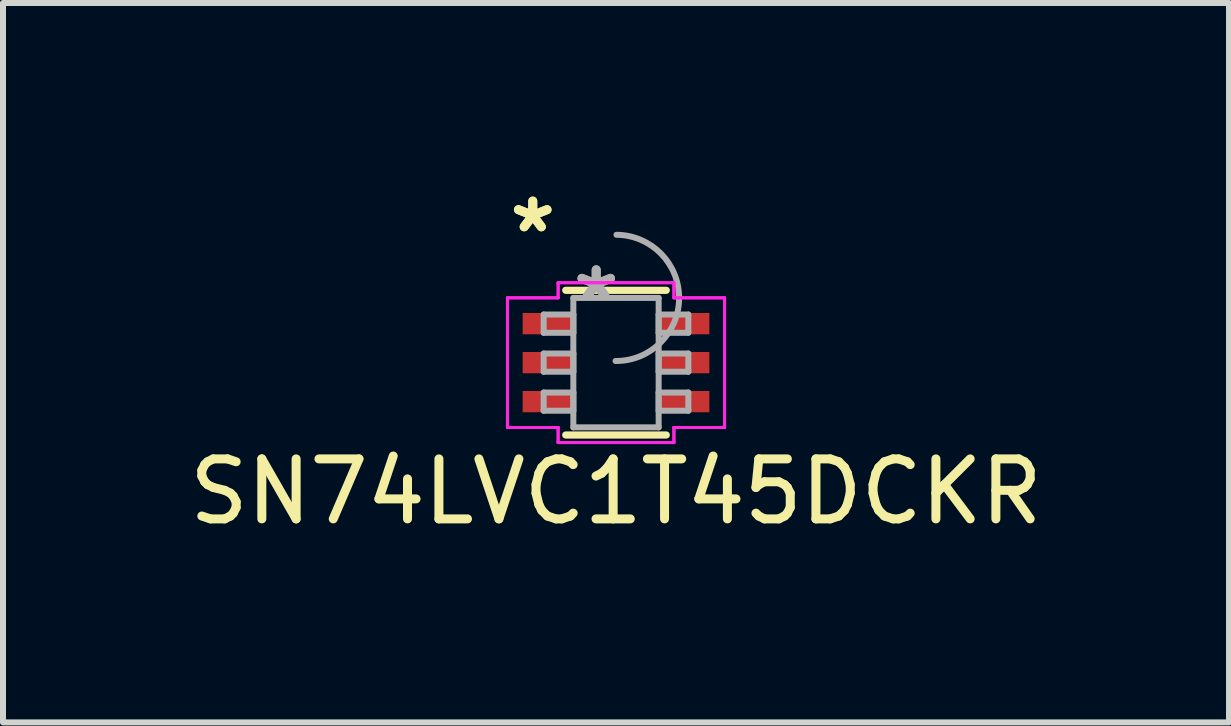
<source format=kicad_pcb>
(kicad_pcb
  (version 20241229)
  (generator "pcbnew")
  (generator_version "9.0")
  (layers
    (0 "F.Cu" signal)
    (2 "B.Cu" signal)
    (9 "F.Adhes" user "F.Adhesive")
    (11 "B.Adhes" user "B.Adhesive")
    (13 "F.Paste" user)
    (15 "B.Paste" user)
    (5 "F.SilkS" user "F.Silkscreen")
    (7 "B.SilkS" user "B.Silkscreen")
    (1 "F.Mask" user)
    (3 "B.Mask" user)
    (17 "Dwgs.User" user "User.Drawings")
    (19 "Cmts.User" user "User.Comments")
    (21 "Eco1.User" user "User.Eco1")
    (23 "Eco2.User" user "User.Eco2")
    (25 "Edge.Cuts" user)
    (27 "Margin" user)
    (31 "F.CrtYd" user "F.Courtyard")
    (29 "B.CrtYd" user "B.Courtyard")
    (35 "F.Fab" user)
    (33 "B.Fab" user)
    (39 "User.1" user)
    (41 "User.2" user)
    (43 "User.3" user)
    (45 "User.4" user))
  (footprint "SN74LVC1T45DCKR"
    (layer "F.Cu")
    (at 7.22 2.996)
    (property "Reference" "SN74LVC1T45DCKR" (at 0 2.15 0) (layer "F.SilkS") (effects (font (size 1 1) (thickness 0.15))))
    (attr through_hole)
    (fp_line (start -0.838 1.206) (end 0.838 1.206) (stroke (width 0.12) (type solid)) (layer "F.SilkS"))
    (fp_line (start 0.838 -1.206) (end -0.838 -1.206) (stroke (width 0.12) (type solid)) (layer "F.SilkS"))
    (fp_line (start -1.81 -1.081) (end -0.965 -1.081) (stroke (width 0.05) (type solid)) (layer "F.CrtYd"))
    (fp_line (start -1.81 -1.081) (end -0.965 -1.081) (stroke (width 0.05) (type solid)) (layer "F.CrtYd"))
    (fp_line (start -1.81 1.081) (end -1.81 -1.081) (stroke (width 0.05) (type solid)) (layer "F.CrtYd"))
    (fp_line (start -1.81 1.081) (end -1.81 -1.081) (stroke (width 0.05) (type solid)) (layer "F.CrtYd"))
    (fp_line (start -1.81 1.081) (end -0.965 1.081) (stroke (width 0.05) (type solid)) (layer "F.CrtYd"))
    (fp_line (start -0.965 -1.333) (end 0.965 -1.333) (stroke (width 0.05) (type solid)) (layer "F.CrtYd"))
    (fp_line (start -0.965 -1.333) (end 0.965 -1.333) (stroke (width 0.05) (type solid)) (layer "F.CrtYd"))
    (fp_line (start -0.965 -1.081) (end -0.965 -1.333) (stroke (width 0.05) (type solid)) (layer "F.CrtYd"))
    (fp_line (start -0.965 -1.081) (end -0.965 -1.333) (stroke (width 0.05) (type solid)) (layer "F.CrtYd"))
    (fp_line (start -0.965 1.081) (end -1.81 1.081) (stroke (width 0.05) (type solid)) (layer "F.CrtYd"))
    (fp_line (start -0.965 1.333) (end -0.965 1.081) (stroke (width 0.05) (type solid)) (layer "F.CrtYd"))
    (fp_line (start -0.965 1.333) (end -0.965 1.081) (stroke (width 0.05) (type solid)) (layer "F.CrtYd"))
    (fp_line (start 0.965 -1.333) (end 0.965 -1.081) (stroke (width 0.05) (type solid)) (layer "F.CrtYd"))
    (fp_line (start 0.965 -1.333) (end 0.965 -1.081) (stroke (width 0.05) (type solid)) (layer "F.CrtYd"))
    (fp_line (start 0.965 -1.081) (end 1.81 -1.081) (stroke (width 0.05) (type solid)) (layer "F.CrtYd"))
    (fp_line (start 0.965 1.081) (end 0.965 1.333) (stroke (width 0.05) (type solid)) (layer "F.CrtYd"))
    (fp_line (start 0.965 1.081) (end 0.965 1.333) (stroke (width 0.05) (type solid)) (layer "F.CrtYd"))
    (fp_line (start 0.965 1.333) (end -0.965 1.333) (stroke (width 0.05) (type solid)) (layer "F.CrtYd"))
    (fp_line (start 0.965 1.333) (end -0.965 1.333) (stroke (width 0.05) (type solid)) (layer "F.CrtYd"))
    (fp_line (start 1.81 -1.081) (end 0.965 -1.081) (stroke (width 0.05) (type solid)) (layer "F.CrtYd"))
    (fp_line (start 1.81 -1.081) (end 1.81 1.081) (stroke (width 0.05) (type solid)) (layer "F.CrtYd"))
    (fp_line (start 1.81 -1.081) (end 1.81 1.081) (stroke (width 0.05) (type solid)) (layer "F.CrtYd"))
    (fp_line (start 1.81 1.081) (end 0.965 1.081) (stroke (width 0.05) (type solid)) (layer "F.CrtYd"))
    (fp_line (start 1.81 1.081) (end 0.965 1.081) (stroke (width 0.05) (type solid)) (layer "F.CrtYd"))
    (fp_line (start -1.206 -0.802) (end -1.206 -0.498) (stroke (width 0.1) (type solid)) (layer "F.Fab"))
    (fp_line (start -1.206 -0.498) (end -0.711 -0.498) (stroke (width 0.1) (type solid)) (layer "F.Fab"))
    (fp_line (start -1.206 -0.152) (end -1.206 0.152) (stroke (width 0.1) (type solid)) (layer "F.Fab"))
    (fp_line (start -1.206 0.152) (end -0.711 0.152) (stroke (width 0.1) (type solid)) (layer "F.Fab"))
    (fp_line (start -1.206 0.498) (end -1.206 0.802) (stroke (width 0.1) (type solid)) (layer "F.Fab"))
    (fp_line (start -1.206 0.802) (end -0.711 0.802) (stroke (width 0.1) (type solid)) (layer "F.Fab"))
    (fp_line (start -0.711 -1.079) (end -0.711 1.079) (stroke (width 0.1) (type solid)) (layer "F.Fab"))
    (fp_line (start -0.711 -0.802) (end -1.206 -0.802) (stroke (width 0.1) (type solid)) (layer "F.Fab"))
    (fp_line (start -0.711 -0.498) (end -0.711 -0.802) (stroke (width 0.1) (type solid)) (layer "F.Fab"))
    (fp_line (start -0.711 -0.152) (end -1.206 -0.152) (stroke (width 0.1) (type solid)) (layer "F.Fab"))
    (fp_line (start -0.711 0.152) (end -0.711 -0.152) (stroke (width 0.1) (type solid)) (layer "F.Fab"))
    (fp_line (start -0.711 0.498) (end -1.206 0.498) (stroke (width 0.1) (type solid)) (layer "F.Fab"))
    (fp_line (start -0.711 0.802) (end -0.711 0.498) (stroke (width 0.1) (type solid)) (layer "F.Fab"))
    (fp_line (start -0.711 1.079) (end 0.711 1.079) (stroke (width 0.1) (type solid)) (layer "F.Fab"))
    (fp_line (start 0.711 -1.079) (end -0.711 -1.079) (stroke (width 0.1) (type solid)) (layer "F.Fab"))
    (fp_line (start 0.711 -0.802) (end 0.711 -0.498) (stroke (width 0.1) (type solid)) (layer "F.Fab"))
    (fp_line (start 0.711 -0.498) (end 1.206 -0.498) (stroke (width 0.1) (type solid)) (layer "F.Fab"))
    (fp_line (start 0.711 -0.152) (end 0.711 0.152) (stroke (width 0.1) (type solid)) (layer "F.Fab"))
    (fp_line (start 0.711 0.152) (end 1.206 0.152) (stroke (width 0.1) (type solid)) (layer "F.Fab"))
    (fp_line (start 0.711 0.498) (end 0.711 0.802) (stroke (width 0.1) (type solid)) (layer "F.Fab"))
    (fp_line (start 0.711 0.802) (end 1.206 0.802) (stroke (width 0.1) (type solid)) (layer "F.Fab"))
    (fp_line (start 0.711 1.079) (end 0.711 -1.079) (stroke (width 0.1) (type solid)) (layer "F.Fab"))
    (fp_line (start 1.206 -0.802) (end 0.711 -0.802) (stroke (width 0.1) (type solid)) (layer "F.Fab"))
    (fp_line (start 1.206 -0.498) (end 1.206 -0.802) (stroke (width 0.1) (type solid)) (layer "F.Fab"))
    (fp_line (start 1.206 -0.152) (end 0.711 -0.152) (stroke (width 0.1) (type solid)) (layer "F.Fab"))
    (fp_line (start 1.206 0.152) (end 1.206 -0.152) (stroke (width 0.1) (type solid)) (layer "F.Fab"))
    (fp_line (start 1.206 0.498) (end 0.711 0.498) (stroke (width 0.1) (type solid)) (layer "F.Fab"))
    (fp_line (start 1.206 0.802) (end 1.206 0.498) (stroke (width 0.1) (type solid)) (layer "F.Fab"))
    (fp_arc (start 0.007742 -2.131581) (mid 1.052081 -1.071758) (end -0.007742 -0.027419) (stroke (width 0.1) (type solid)) (layer "F.Fab"))
    (fp_text user "*" (at -1.388 -2.148 0) (layer "F.SilkS") (effects (font (size 1 1) (thickness 0.15))))
    (fp_text user "*" (at -1.388 -2.148 0) (layer "F.SilkS") (effects (font (size 1 1) (thickness 0.15))))
    (fp_text user "*" (at -0.33 -1.003 0) (layer "F.Fab") (effects (font (size 1 1) (thickness 0.15))))
    (fp_text user "*" (at -0.33 -1.003 0) (layer "F.Fab") (effects (font (size 1 1) (thickness 0.15))))
    (pad "1" smd rect (at -1.134 -0.65) (size 0.845 0.355) (layers "F.Cu" "F.Mask" "F.Paste"))
    (pad "2" smd rect (at -1.134 0) (size 0.845 0.355) (layers "F.Cu" "F.Mask" "F.Paste"))
    (pad "3" smd rect (at -1.134 0.65) (size 0.845 0.355) (layers "F.Cu" "F.Mask" "F.Paste"))
    (pad "4" smd rect (at 1.134 0.65) (size 0.845 0.355) (layers "F.Cu" "F.Mask" "F.Paste"))
    (pad "5" smd rect (at 1.134 0) (size 0.845 0.355) (layers "F.Cu" "F.Mask" "F.Paste"))
    (pad "6" smd rect (at 1.134 -0.65) (size 0.845 0.355) (layers "F.Cu" "F.Mask" "F.Paste")))
  (gr_rect
    (start -3 -3)
    (end 17.44 8.994)
    (stroke (width 0.1) (type default))
    (fill no)
    (layer "Edge.Cuts")))
</source>
